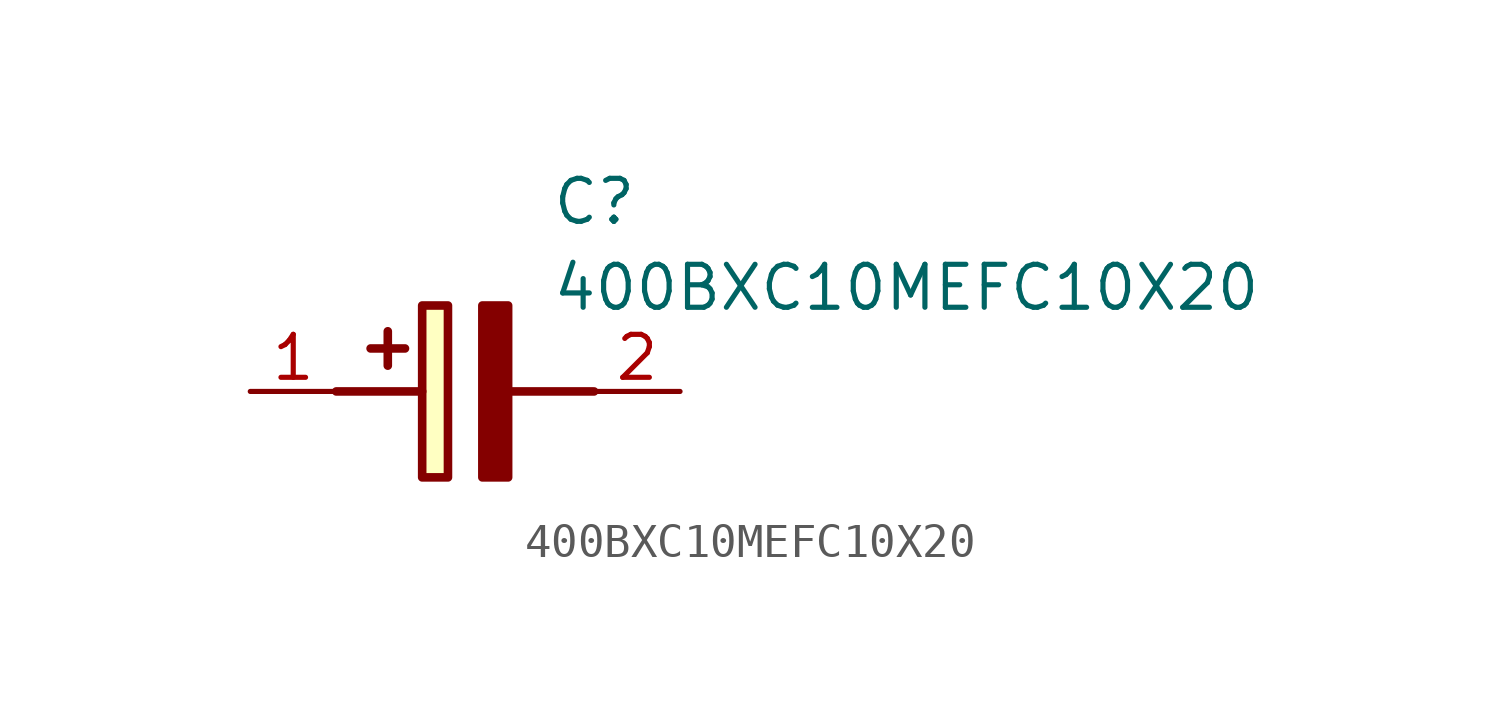
<source format=kicad_sym>
(kicad_symbol_lib
  (version 20211014)
  (generator SamacSys_ECAD_Model)
  (symbol "400BXC10MEFC10X20"
    (pin_names hide)
    (property "Reference" "C"
      (at 8.89 6.35 0)
      (effects (font (size 1.27 1.27)) (justify left top)))
    (property "Value" "400BXC10MEFC10X20"
      (at 8.89 3.81 0)
      (effects (font (size 1.27 1.27)) (justify left top)))
    (rectangle
      (start 5.08 2.54)
      (end 5.842 -2.54)
      (stroke (width 0.254) (type default))
      (fill (type background)))
    (polyline
      (pts (xy 4.572 1.27) (xy 3.556 1.27))
      (stroke (width 0.254) (type default))
      (fill (type none)))
    (polyline
      (pts (xy 4.064 1.778) (xy 4.064 0.762))
      (stroke (width 0.254) (type default))
      (fill (type none)))
    (polyline
      (pts (xy 2.54 0) (xy 5.08 0))
      (stroke (width 0.254) (type default))
      (fill (type none)))
    (polyline
      (pts (xy 7.62 0) (xy 10.16 0))
      (stroke (width 0.254) (type default))
      (fill (type none)))
    (polyline
      (pts (xy 7.62 2.54) (xy 7.62 -2.54) (xy 6.858 -2.54) (xy 6.858 2.54) (xy 7.62 2.54))
      (stroke (width 0.254) (type default))
      (fill (type outline)))
    (pin passive line
      (at 0 0 0)
      (length 2.54)
      (name "+" (effects (font (size 1.27 1.27))))
      (number "1" (effects (font (size 1.27 1.27)))))
    (pin passive line
      (at 12.7 0 180)
      (length 2.54)
      (name "-" (effects (font (size 1.27 1.27))))
      (number "2" (effects (font (size 1.27 1.27)))))))
</source>
